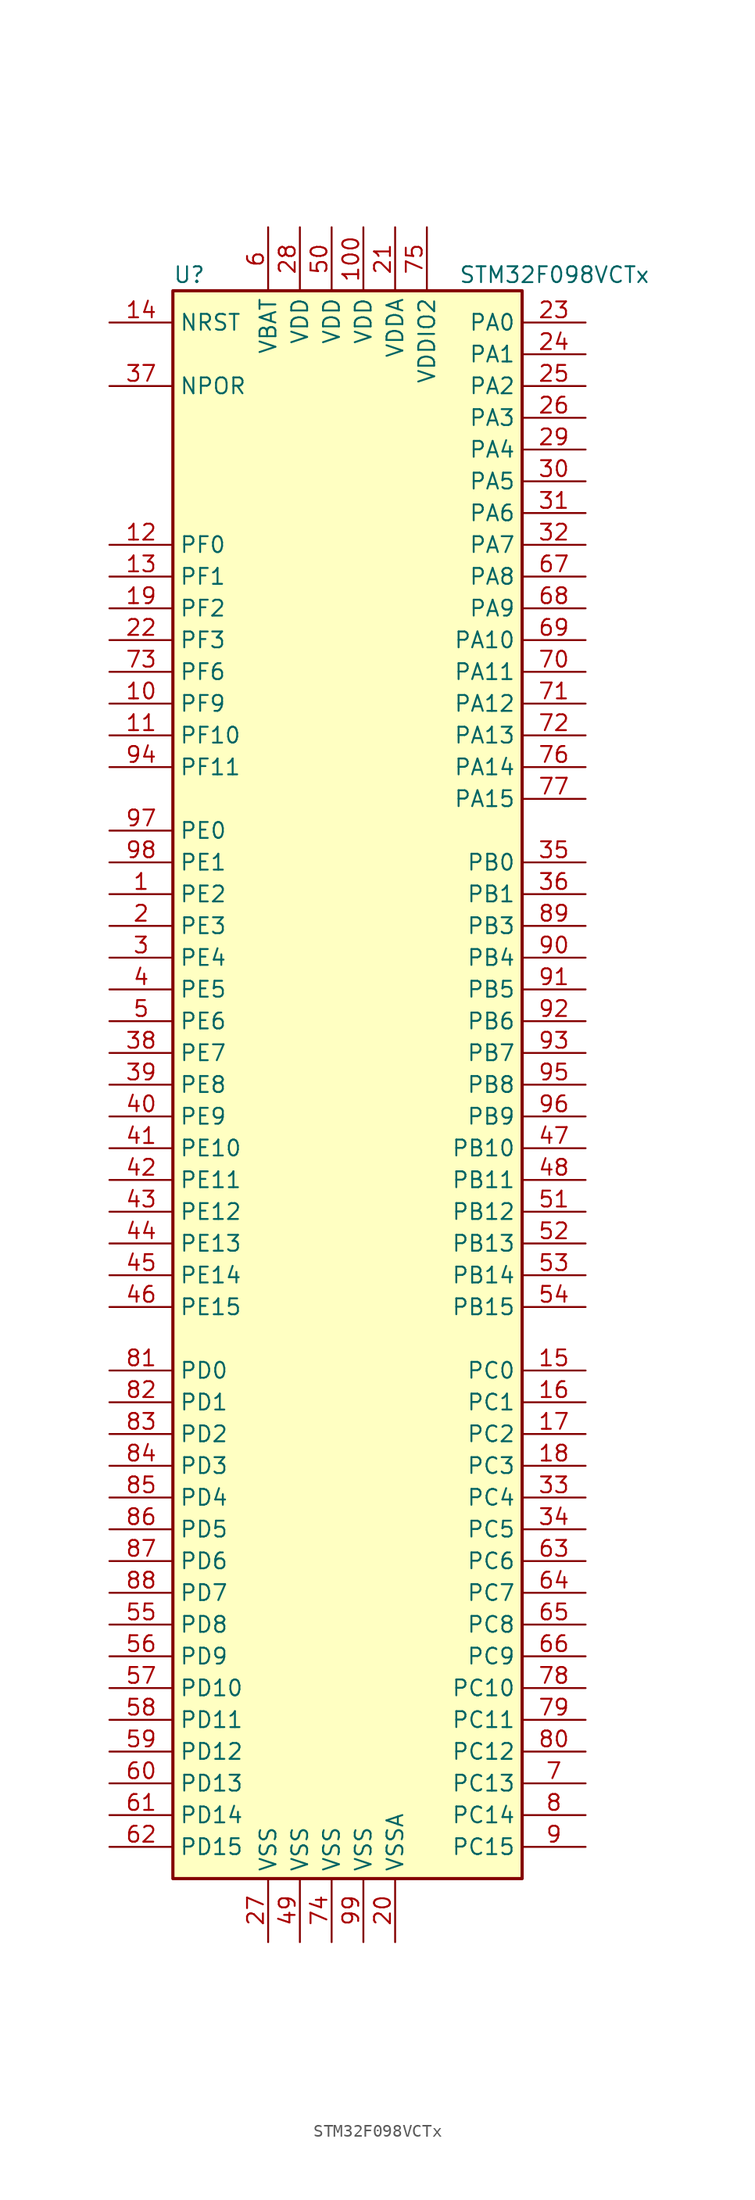
<source format=kicad_sym>
(kicad_symbol_lib
  (version 20201005)
  (generator kicad_symbol_editor)
  (symbol "STM32F098VCTx"
    (property "Reference" "U"
      (at -15.24 64.77 0)
      (effects (font (size 1.27 1.27)) (justify left)))
    (property "Value" "STM32F098VCTx"
      (at 7.62 64.77 0)
      (effects (font (size 1.27 1.27)) (justify left)))
    (symbol "STM32F098VCTx_0_1"
      (rectangle (start -15.24 -63.5) (end 12.7 63.5) (stroke (width 0.254)) (fill (type background))))
    (symbol "STM32F098VCTx_1_1"
      (pin bidirectional line (at -20.32 15.24 0) (length 5.08) (name "PE2" (effects (font (size 1.27 1.27)))) (number "1" (effects (font (size 1.27 1.27)))))
      (pin bidirectional line (at -20.32 30.48 0) (length 5.08) (name "PF9" (effects (font (size 1.27 1.27)))) (number "10" (effects (font (size 1.27 1.27)))))
      (pin power_in line (at 0 68.58 270) (length 5.08) (name "VDD" (effects (font (size 1.27 1.27)))) (number "100" (effects (font (size 1.27 1.27)))))
      (pin bidirectional line (at -20.32 27.94 0) (length 5.08) (name "PF10" (effects (font (size 1.27 1.27)))) (number "11" (effects (font (size 1.27 1.27)))))
      (pin input line (at -20.32 43.18 0) (length 5.08) (name "PF0" (effects (font (size 1.27 1.27)))) (number "12" (effects (font (size 1.27 1.27)))))
      (pin input line (at -20.32 40.64 0) (length 5.08) (name "PF1" (effects (font (size 1.27 1.27)))) (number "13" (effects (font (size 1.27 1.27)))))
      (pin input line (at -20.32 60.96 0) (length 5.08) (name "NRST" (effects (font (size 1.27 1.27)))) (number "14" (effects (font (size 1.27 1.27)))))
      (pin bidirectional line (at 17.78 -22.86 180) (length 5.08) (name "PC0" (effects (font (size 1.27 1.27)))) (number "15" (effects (font (size 1.27 1.27)))))
      (pin bidirectional line (at 17.78 -25.4 180) (length 5.08) (name "PC1" (effects (font (size 1.27 1.27)))) (number "16" (effects (font (size 1.27 1.27)))))
      (pin bidirectional line (at 17.78 -27.94 180) (length 5.08) (name "PC2" (effects (font (size 1.27 1.27)))) (number "17" (effects (font (size 1.27 1.27)))))
      (pin bidirectional line (at 17.78 -30.48 180) (length 5.08) (name "PC3" (effects (font (size 1.27 1.27)))) (number "18" (effects (font (size 1.27 1.27)))))
      (pin bidirectional line (at -20.32 38.1 0) (length 5.08) (name "PF2" (effects (font (size 1.27 1.27)))) (number "19" (effects (font (size 1.27 1.27)))))
      (pin bidirectional line (at -20.32 12.7 0) (length 5.08) (name "PE3" (effects (font (size 1.27 1.27)))) (number "2" (effects (font (size 1.27 1.27)))))
      (pin power_in line (at 2.54 -68.58 90) (length 5.08) (name "VSSA" (effects (font (size 1.27 1.27)))) (number "20" (effects (font (size 1.27 1.27)))))
      (pin power_in line (at 2.54 68.58 270) (length 5.08) (name "VDDA" (effects (font (size 1.27 1.27)))) (number "21" (effects (font (size 1.27 1.27)))))
      (pin bidirectional line (at -20.32 35.56 0) (length 5.08) (name "PF3" (effects (font (size 1.27 1.27)))) (number "22" (effects (font (size 1.27 1.27)))))
      (pin bidirectional line (at 17.78 60.96 180) (length 5.08) (name "PA0" (effects (font (size 1.27 1.27)))) (number "23" (effects (font (size 1.27 1.27)))))
      (pin bidirectional line (at 17.78 58.42 180) (length 5.08) (name "PA1" (effects (font (size 1.27 1.27)))) (number "24" (effects (font (size 1.27 1.27)))))
      (pin bidirectional line (at 17.78 55.88 180) (length 5.08) (name "PA2" (effects (font (size 1.27 1.27)))) (number "25" (effects (font (size 1.27 1.27)))))
      (pin bidirectional line (at 17.78 53.34 180) (length 5.08) (name "PA3" (effects (font (size 1.27 1.27)))) (number "26" (effects (font (size 1.27 1.27)))))
      (pin power_in line (at -7.62 -68.58 90) (length 5.08) (name "VSS" (effects (font (size 1.27 1.27)))) (number "27" (effects (font (size 1.27 1.27)))))
      (pin power_in line (at -5.08 68.58 270) (length 5.08) (name "VDD" (effects (font (size 1.27 1.27)))) (number "28" (effects (font (size 1.27 1.27)))))
      (pin bidirectional line (at 17.78 50.8 180) (length 5.08) (name "PA4" (effects (font (size 1.27 1.27)))) (number "29" (effects (font (size 1.27 1.27)))))
      (pin bidirectional line (at -20.32 10.16 0) (length 5.08) (name "PE4" (effects (font (size 1.27 1.27)))) (number "3" (effects (font (size 1.27 1.27)))))
      (pin bidirectional line (at 17.78 48.26 180) (length 5.08) (name "PA5" (effects (font (size 1.27 1.27)))) (number "30" (effects (font (size 1.27 1.27)))))
      (pin bidirectional line (at 17.78 45.72 180) (length 5.08) (name "PA6" (effects (font (size 1.27 1.27)))) (number "31" (effects (font (size 1.27 1.27)))))
      (pin bidirectional line (at 17.78 43.18 180) (length 5.08) (name "PA7" (effects (font (size 1.27 1.27)))) (number "32" (effects (font (size 1.27 1.27)))))
      (pin bidirectional line (at 17.78 -33.02 180) (length 5.08) (name "PC4" (effects (font (size 1.27 1.27)))) (number "33" (effects (font (size 1.27 1.27)))))
      (pin bidirectional line (at 17.78 -35.56 180) (length 5.08) (name "PC5" (effects (font (size 1.27 1.27)))) (number "34" (effects (font (size 1.27 1.27)))))
      (pin bidirectional line (at 17.78 17.78 180) (length 5.08) (name "PB0" (effects (font (size 1.27 1.27)))) (number "35" (effects (font (size 1.27 1.27)))))
      (pin bidirectional line (at 17.78 15.24 180) (length 5.08) (name "PB1" (effects (font (size 1.27 1.27)))) (number "36" (effects (font (size 1.27 1.27)))))
      (pin power_in line (at -20.32 55.88 0) (length 5.08) (name "NPOR" (effects (font (size 1.27 1.27)))) (number "37" (effects (font (size 1.27 1.27)))))
      (pin bidirectional line (at -20.32 2.54 0) (length 5.08) (name "PE7" (effects (font (size 1.27 1.27)))) (number "38" (effects (font (size 1.27 1.27)))))
      (pin bidirectional line (at -20.32 0 0) (length 5.08) (name "PE8" (effects (font (size 1.27 1.27)))) (number "39" (effects (font (size 1.27 1.27)))))
      (pin bidirectional line (at -20.32 7.62 0) (length 5.08) (name "PE5" (effects (font (size 1.27 1.27)))) (number "4" (effects (font (size 1.27 1.27)))))
      (pin bidirectional line (at -20.32 -2.54 0) (length 5.08) (name "PE9" (effects (font (size 1.27 1.27)))) (number "40" (effects (font (size 1.27 1.27)))))
      (pin bidirectional line (at -20.32 -5.08 0) (length 5.08) (name "PE10" (effects (font (size 1.27 1.27)))) (number "41" (effects (font (size 1.27 1.27)))))
      (pin bidirectional line (at -20.32 -7.62 0) (length 5.08) (name "PE11" (effects (font (size 1.27 1.27)))) (number "42" (effects (font (size 1.27 1.27)))))
      (pin bidirectional line (at -20.32 -10.16 0) (length 5.08) (name "PE12" (effects (font (size 1.27 1.27)))) (number "43" (effects (font (size 1.27 1.27)))))
      (pin bidirectional line (at -20.32 -12.7 0) (length 5.08) (name "PE13" (effects (font (size 1.27 1.27)))) (number "44" (effects (font (size 1.27 1.27)))))
      (pin bidirectional line (at -20.32 -15.24 0) (length 5.08) (name "PE14" (effects (font (size 1.27 1.27)))) (number "45" (effects (font (size 1.27 1.27)))))
      (pin bidirectional line (at -20.32 -17.78 0) (length 5.08) (name "PE15" (effects (font (size 1.27 1.27)))) (number "46" (effects (font (size 1.27 1.27)))))
      (pin bidirectional line (at 17.78 -5.08 180) (length 5.08) (name "PB10" (effects (font (size 1.27 1.27)))) (number "47" (effects (font (size 1.27 1.27)))))
      (pin bidirectional line (at 17.78 -7.62 180) (length 5.08) (name "PB11" (effects (font (size 1.27 1.27)))) (number "48" (effects (font (size 1.27 1.27)))))
      (pin power_in line (at -5.08 -68.58 90) (length 5.08) (name "VSS" (effects (font (size 1.27 1.27)))) (number "49" (effects (font (size 1.27 1.27)))))
      (pin bidirectional line (at -20.32 5.08 0) (length 5.08) (name "PE6" (effects (font (size 1.27 1.27)))) (number "5" (effects (font (size 1.27 1.27)))))
      (pin power_in line (at -2.54 68.58 270) (length 5.08) (name "VDD" (effects (font (size 1.27 1.27)))) (number "50" (effects (font (size 1.27 1.27)))))
      (pin bidirectional line (at 17.78 -10.16 180) (length 5.08) (name "PB12" (effects (font (size 1.27 1.27)))) (number "51" (effects (font (size 1.27 1.27)))))
      (pin bidirectional line (at 17.78 -12.7 180) (length 5.08) (name "PB13" (effects (font (size 1.27 1.27)))) (number "52" (effects (font (size 1.27 1.27)))))
      (pin bidirectional line (at 17.78 -15.24 180) (length 5.08) (name "PB14" (effects (font (size 1.27 1.27)))) (number "53" (effects (font (size 1.27 1.27)))))
      (pin bidirectional line (at 17.78 -17.78 180) (length 5.08) (name "PB15" (effects (font (size 1.27 1.27)))) (number "54" (effects (font (size 1.27 1.27)))))
      (pin bidirectional line (at -20.32 -43.18 0) (length 5.08) (name "PD8" (effects (font (size 1.27 1.27)))) (number "55" (effects (font (size 1.27 1.27)))))
      (pin bidirectional line (at -20.32 -45.72 0) (length 5.08) (name "PD9" (effects (font (size 1.27 1.27)))) (number "56" (effects (font (size 1.27 1.27)))))
      (pin bidirectional line (at -20.32 -48.26 0) (length 5.08) (name "PD10" (effects (font (size 1.27 1.27)))) (number "57" (effects (font (size 1.27 1.27)))))
      (pin bidirectional line (at -20.32 -50.8 0) (length 5.08) (name "PD11" (effects (font (size 1.27 1.27)))) (number "58" (effects (font (size 1.27 1.27)))))
      (pin bidirectional line (at -20.32 -53.34 0) (length 5.08) (name "PD12" (effects (font (size 1.27 1.27)))) (number "59" (effects (font (size 1.27 1.27)))))
      (pin power_in line (at -7.62 68.58 270) (length 5.08) (name "VBAT" (effects (font (size 1.27 1.27)))) (number "6" (effects (font (size 1.27 1.27)))))
      (pin bidirectional line (at -20.32 -55.88 0) (length 5.08) (name "PD13" (effects (font (size 1.27 1.27)))) (number "60" (effects (font (size 1.27 1.27)))))
      (pin bidirectional line (at -20.32 -58.42 0) (length 5.08) (name "PD14" (effects (font (size 1.27 1.27)))) (number "61" (effects (font (size 1.27 1.27)))))
      (pin bidirectional line (at -20.32 -60.96 0) (length 5.08) (name "PD15" (effects (font (size 1.27 1.27)))) (number "62" (effects (font (size 1.27 1.27)))))
      (pin bidirectional line (at 17.78 -38.1 180) (length 5.08) (name "PC6" (effects (font (size 1.27 1.27)))) (number "63" (effects (font (size 1.27 1.27)))))
      (pin bidirectional line (at 17.78 -40.64 180) (length 5.08) (name "PC7" (effects (font (size 1.27 1.27)))) (number "64" (effects (font (size 1.27 1.27)))))
      (pin bidirectional line (at 17.78 -43.18 180) (length 5.08) (name "PC8" (effects (font (size 1.27 1.27)))) (number "65" (effects (font (size 1.27 1.27)))))
      (pin bidirectional line (at 17.78 -45.72 180) (length 5.08) (name "PC9" (effects (font (size 1.27 1.27)))) (number "66" (effects (font (size 1.27 1.27)))))
      (pin bidirectional line (at 17.78 40.64 180) (length 5.08) (name "PA8" (effects (font (size 1.27 1.27)))) (number "67" (effects (font (size 1.27 1.27)))))
      (pin bidirectional line (at 17.78 38.1 180) (length 5.08) (name "PA9" (effects (font (size 1.27 1.27)))) (number "68" (effects (font (size 1.27 1.27)))))
      (pin bidirectional line (at 17.78 35.56 180) (length 5.08) (name "PA10" (effects (font (size 1.27 1.27)))) (number "69" (effects (font (size 1.27 1.27)))))
      (pin bidirectional line (at 17.78 -55.88 180) (length 5.08) (name "PC13" (effects (font (size 1.27 1.27)))) (number "7" (effects (font (size 1.27 1.27)))))
      (pin bidirectional line (at 17.78 33.02 180) (length 5.08) (name "PA11" (effects (font (size 1.27 1.27)))) (number "70" (effects (font (size 1.27 1.27)))))
      (pin bidirectional line (at 17.78 30.48 180) (length 5.08) (name "PA12" (effects (font (size 1.27 1.27)))) (number "71" (effects (font (size 1.27 1.27)))))
      (pin bidirectional line (at 17.78 27.94 180) (length 5.08) (name "PA13" (effects (font (size 1.27 1.27)))) (number "72" (effects (font (size 1.27 1.27)))))
      (pin bidirectional line (at -20.32 33.02 0) (length 5.08) (name "PF6" (effects (font (size 1.27 1.27)))) (number "73" (effects (font (size 1.27 1.27)))))
      (pin power_in line (at -2.54 -68.58 90) (length 5.08) (name "VSS" (effects (font (size 1.27 1.27)))) (number "74" (effects (font (size 1.27 1.27)))))
      (pin power_in line (at 5.08 68.58 270) (length 5.08) (name "VDDIO2" (effects (font (size 1.27 1.27)))) (number "75" (effects (font (size 1.27 1.27)))))
      (pin bidirectional line (at 17.78 25.4 180) (length 5.08) (name "PA14" (effects (font (size 1.27 1.27)))) (number "76" (effects (font (size 1.27 1.27)))))
      (pin bidirectional line (at 17.78 22.86 180) (length 5.08) (name "PA15" (effects (font (size 1.27 1.27)))) (number "77" (effects (font (size 1.27 1.27)))))
      (pin bidirectional line (at 17.78 -48.26 180) (length 5.08) (name "PC10" (effects (font (size 1.27 1.27)))) (number "78" (effects (font (size 1.27 1.27)))))
      (pin bidirectional line (at 17.78 -50.8 180) (length 5.08) (name "PC11" (effects (font (size 1.27 1.27)))) (number "79" (effects (font (size 1.27 1.27)))))
      (pin bidirectional line (at 17.78 -58.42 180) (length 5.08) (name "PC14" (effects (font (size 1.27 1.27)))) (number "8" (effects (font (size 1.27 1.27)))))
      (pin bidirectional line (at 17.78 -53.34 180) (length 5.08) (name "PC12" (effects (font (size 1.27 1.27)))) (number "80" (effects (font (size 1.27 1.27)))))
      (pin bidirectional line (at -20.32 -22.86 0) (length 5.08) (name "PD0" (effects (font (size 1.27 1.27)))) (number "81" (effects (font (size 1.27 1.27)))))
      (pin bidirectional line (at -20.32 -25.4 0) (length 5.08) (name "PD1" (effects (font (size 1.27 1.27)))) (number "82" (effects (font (size 1.27 1.27)))))
      (pin bidirectional line (at -20.32 -27.94 0) (length 5.08) (name "PD2" (effects (font (size 1.27 1.27)))) (number "83" (effects (font (size 1.27 1.27)))))
      (pin bidirectional line (at -20.32 -30.48 0) (length 5.08) (name "PD3" (effects (font (size 1.27 1.27)))) (number "84" (effects (font (size 1.27 1.27)))))
      (pin bidirectional line (at -20.32 -33.02 0) (length 5.08) (name "PD4" (effects (font (size 1.27 1.27)))) (number "85" (effects (font (size 1.27 1.27)))))
      (pin bidirectional line (at -20.32 -35.56 0) (length 5.08) (name "PD5" (effects (font (size 1.27 1.27)))) (number "86" (effects (font (size 1.27 1.27)))))
      (pin bidirectional line (at -20.32 -38.1 0) (length 5.08) (name "PD6" (effects (font (size 1.27 1.27)))) (number "87" (effects (font (size 1.27 1.27)))))
      (pin bidirectional line (at -20.32 -40.64 0) (length 5.08) (name "PD7" (effects (font (size 1.27 1.27)))) (number "88" (effects (font (size 1.27 1.27)))))
      (pin bidirectional line (at 17.78 12.7 180) (length 5.08) (name "PB3" (effects (font (size 1.27 1.27)))) (number "89" (effects (font (size 1.27 1.27)))))
      (pin bidirectional line (at 17.78 -60.96 180) (length 5.08) (name "PC15" (effects (font (size 1.27 1.27)))) (number "9" (effects (font (size 1.27 1.27)))))
      (pin bidirectional line (at 17.78 10.16 180) (length 5.08) (name "PB4" (effects (font (size 1.27 1.27)))) (number "90" (effects (font (size 1.27 1.27)))))
      (pin bidirectional line (at 17.78 7.62 180) (length 5.08) (name "PB5" (effects (font (size 1.27 1.27)))) (number "91" (effects (font (size 1.27 1.27)))))
      (pin bidirectional line (at 17.78 5.08 180) (length 5.08) (name "PB6" (effects (font (size 1.27 1.27)))) (number "92" (effects (font (size 1.27 1.27)))))
      (pin bidirectional line (at 17.78 2.54 180) (length 5.08) (name "PB7" (effects (font (size 1.27 1.27)))) (number "93" (effects (font (size 1.27 1.27)))))
      (pin bidirectional line (at -20.32 25.4 0) (length 5.08) (name "PF11" (effects (font (size 1.27 1.27)))) (number "94" (effects (font (size 1.27 1.27)))))
      (pin bidirectional line (at 17.78 0 180) (length 5.08) (name "PB8" (effects (font (size 1.27 1.27)))) (number "95" (effects (font (size 1.27 1.27)))))
      (pin bidirectional line (at 17.78 -2.54 180) (length 5.08) (name "PB9" (effects (font (size 1.27 1.27)))) (number "96" (effects (font (size 1.27 1.27)))))
      (pin bidirectional line (at -20.32 20.32 0) (length 5.08) (name "PE0" (effects (font (size 1.27 1.27)))) (number "97" (effects (font (size 1.27 1.27)))))
      (pin bidirectional line (at -20.32 17.78 0) (length 5.08) (name "PE1" (effects (font (size 1.27 1.27)))) (number "98" (effects (font (size 1.27 1.27)))))
      (pin power_in line (at 0 -68.58 90) (length 5.08) (name "VSS" (effects (font (size 1.27 1.27)))) (number "99" (effects (font (size 1.27 1.27))))))))
</source>
